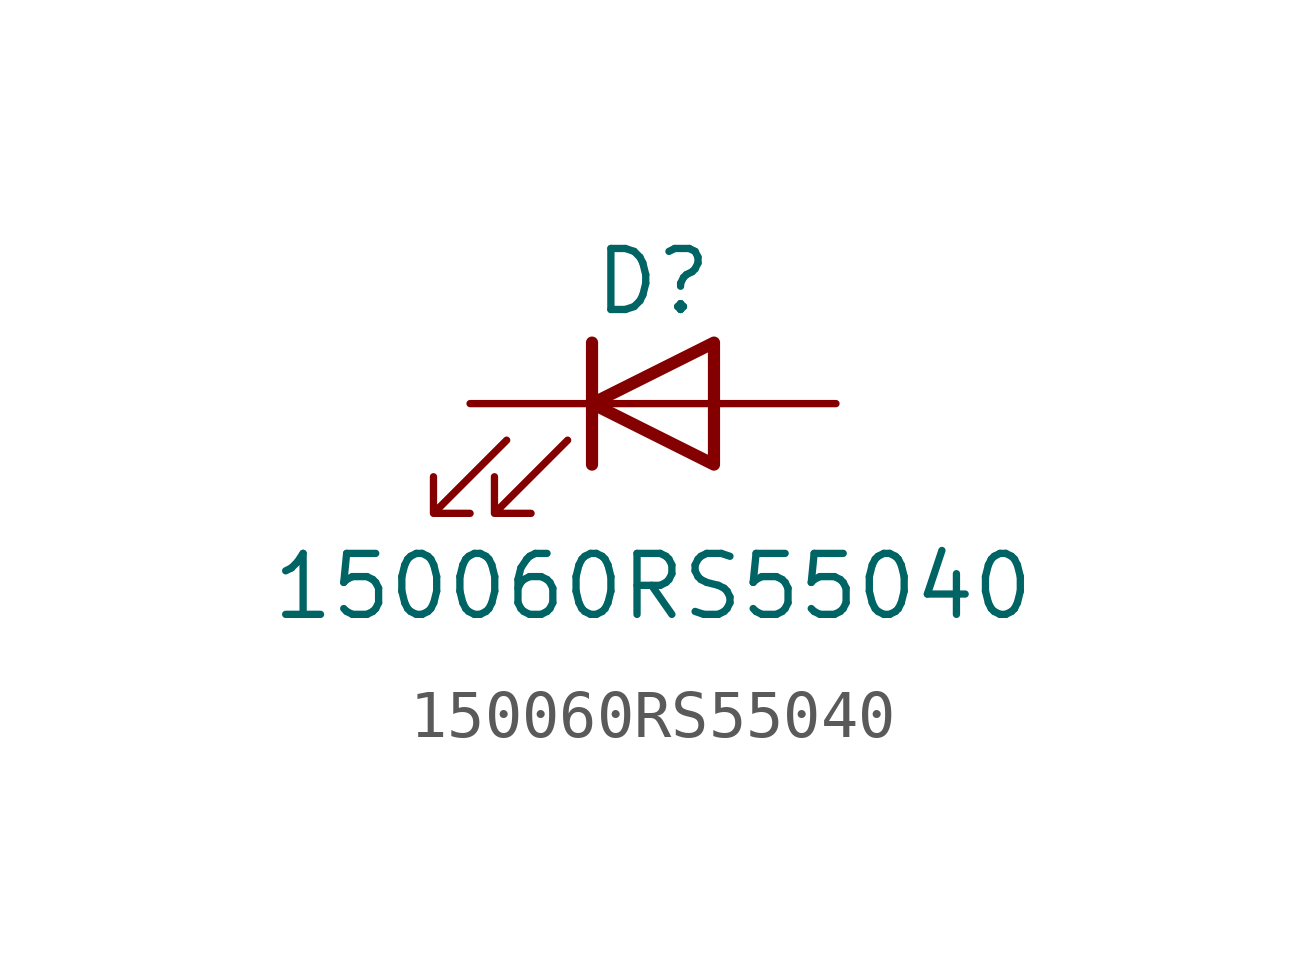
<source format=kicad_sym>
(kicad_symbol_lib
  (version 20220914)
  (generator kicad_symbol_editor)
  (symbol "150060RS55040"
    (pin_numbers hide)
    (pin_names
      (offset 1.016) hide)
    (property "Reference" "D"
      (at 0 2.54 0)
      (effects (font (size 1.27 1.27))))
    (property "Value" "150060RS55040"
      (at 0 -3.81 0)
      (effects (font (size 1.27 1.27))))
    (symbol "150060RS55040_0_1"
      (polyline (pts (xy -1.27 -1.27) (xy -1.27 1.27)) (stroke (width 0.254) (type solid)) (fill (type none)))
      (polyline (pts (xy -1.27 0) (xy 1.27 0)) (stroke (width 0) (type solid)) (fill (type none)))
      (polyline (pts (xy 1.27 -1.27) (xy 1.27 1.27) (xy -1.27 0) (xy 1.27 -1.27)) (stroke (width 0.254) (type solid)) (fill (type none)))
      (polyline (pts (xy -3.048 -0.762) (xy -4.572 -2.286) (xy -3.81 -2.286) (xy -4.572 -2.286) (xy -4.572 -1.524)) (stroke (width 0) (type solid)) (fill (type none)))
      (polyline (pts (xy -1.778 -0.762) (xy -3.302 -2.286) (xy -2.54 -2.286) (xy -3.302 -2.286) (xy -3.302 -1.524)) (stroke (width 0) (type solid)) (fill (type none))))
    (symbol "150060RS55040_1_1"
      (pin passive line (at 3.81 0 180) (length 2.54) (name "A" (effects (font (size 1.27 1.27)))) (number "1" (effects (font (size 1.27 1.27)))))
      (pin passive line (at -3.81 0 0) (length 2.54) (name "K" (effects (font (size 1.27 1.27)))) (number "2" (effects (font (size 1.27 1.27))))))))
</source>
